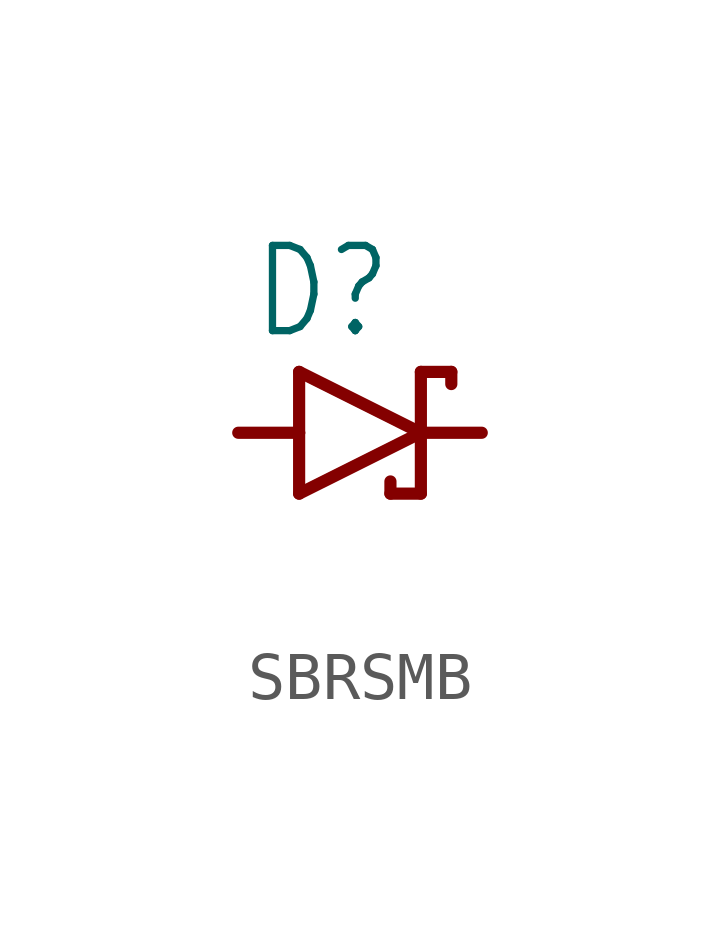
<source format=kicad_sym>
(kicad_symbol_lib
  (version 20231120)
  (generator "kicad_symbol_editor")
  (generator_version "8.0")
  (symbol "SBRSMB"
    (property "Reference" "D"
      (at -2.286 1.905 0)
      (effects (font (size 1.778 1.511)) (justify left bottom)))
    (property "Value" ""
      (at -2.286 -3.429 0)
      (effects (font (size 1.778 1.511)) (justify left bottom)))
    (property "ki_locked" ""
      (at 0 0 0)
      (effects (font (size 1.27 1.27))))
    (symbol "SBRSMB_1_0"
      (polyline (pts (xy -1.27 -1.27) (xy 1.27 0)) (stroke (width 0.254) (type solid)) (fill (type none)))
      (polyline (pts (xy -1.27 0) (xy -2.54 0)) (stroke (width 0.254) (type solid)) (fill (type none)))
      (polyline (pts (xy -1.27 0) (xy -1.27 -1.27)) (stroke (width 0.254) (type solid)) (fill (type none)))
      (polyline (pts (xy -1.27 1.27) (xy -1.27 0)) (stroke (width 0.254) (type solid)) (fill (type none)))
      (polyline (pts (xy 0.635 -1.016) (xy 0.635 -1.27)) (stroke (width 0.254) (type solid)) (fill (type none)))
      (polyline (pts (xy 1.27 -1.27) (xy 0.635 -1.27)) (stroke (width 0.254) (type solid)) (fill (type none)))
      (polyline (pts (xy 1.27 0) (xy -1.27 1.27)) (stroke (width 0.254) (type solid)) (fill (type none)))
      (polyline (pts (xy 1.27 0) (xy 1.27 -1.27)) (stroke (width 0.254) (type solid)) (fill (type none)))
      (polyline (pts (xy 1.27 0) (xy 2.54 0)) (stroke (width 0.254) (type solid)) (fill (type none)))
      (polyline (pts (xy 1.27 1.27) (xy 1.27 0)) (stroke (width 0.254) (type solid)) (fill (type none)))
      (polyline (pts (xy 1.905 1.27) (xy 1.27 1.27)) (stroke (width 0.254) (type solid)) (fill (type none)))
      (polyline (pts (xy 1.905 1.27) (xy 1.905 1.016)) (stroke (width 0.254) (type solid)) (fill (type none)))
      (pin passive line (at -2.54 0 0) (length 0) (name "A" (effects (font (size 0 0)))) (number "A" (effects (font (size 0 0)))))
      (pin passive line (at 2.54 0 180) (length 0) (name "C" (effects (font (size 0 0)))) (number "C" (effects (font (size 0 0))))))))
</source>
